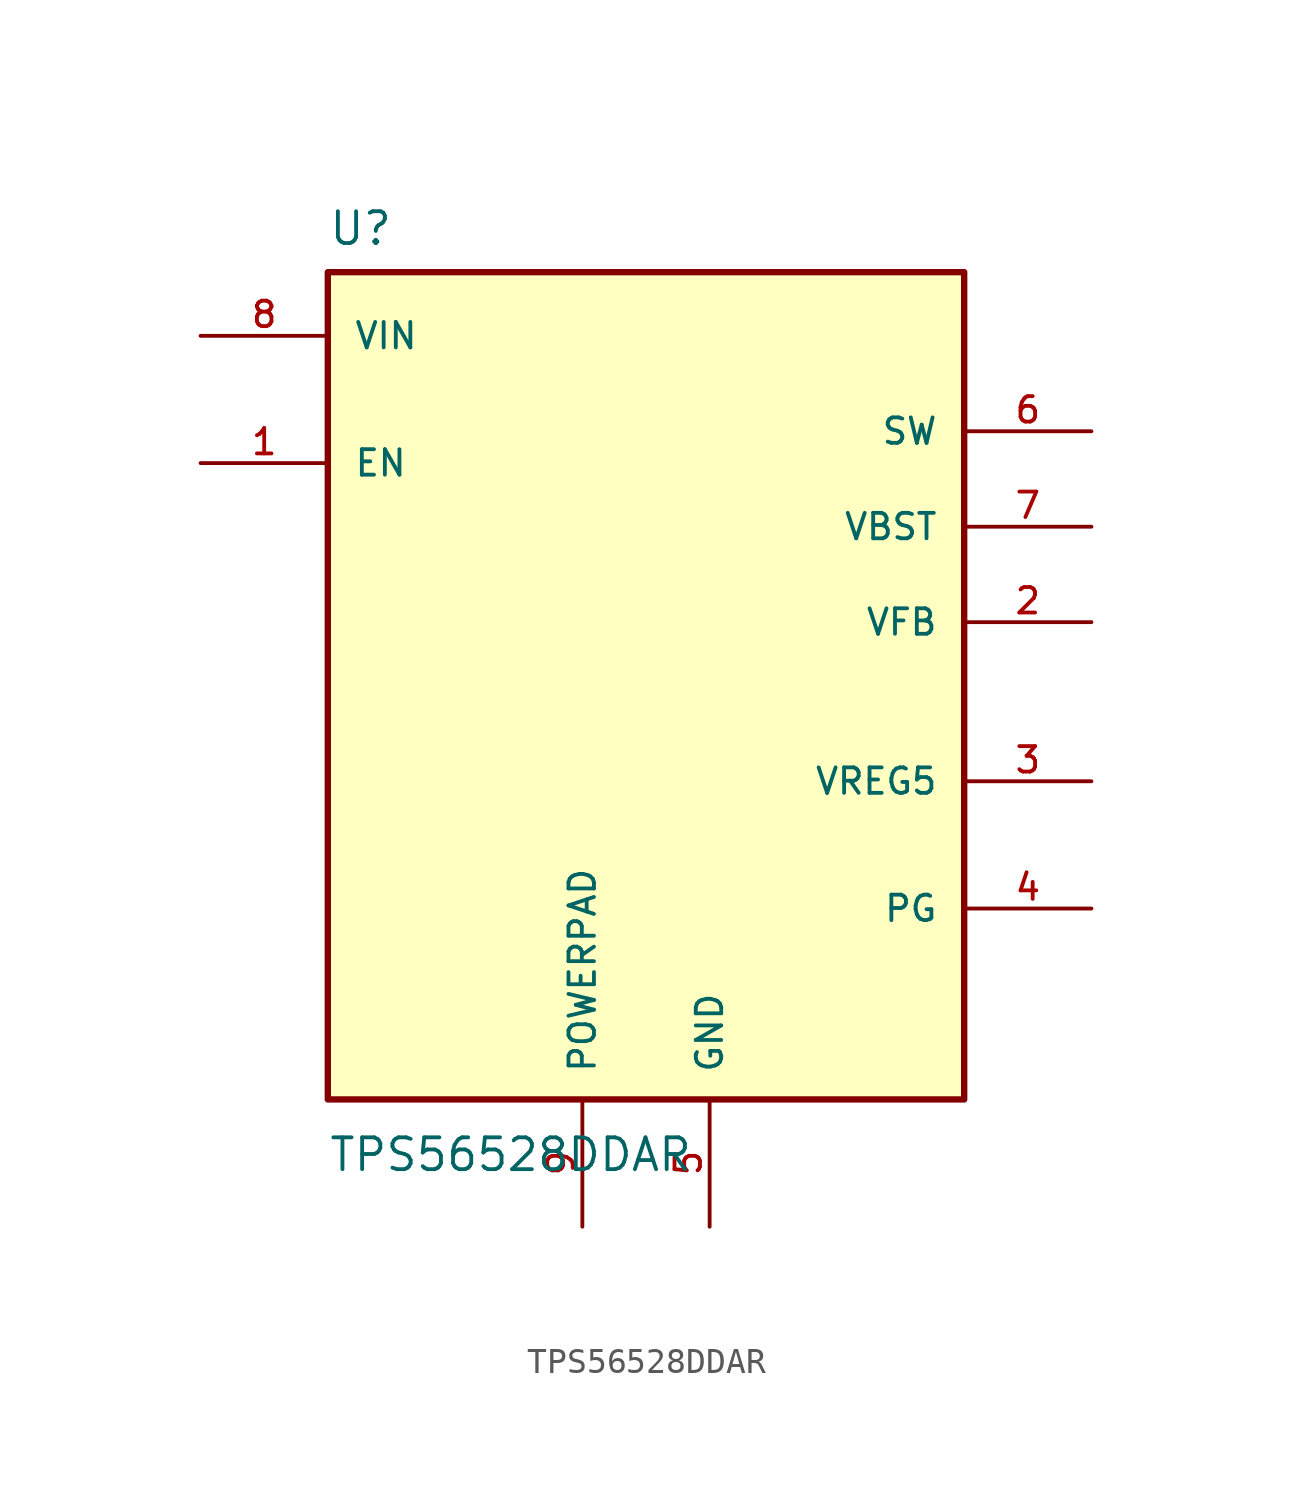
<source format=kicad_sym>
(kicad_symbol_lib
  (version 20220914)
  (generator kicad_symbol_editor)
  (symbol "TPS56528DDAR"
    (pin_names
      (offset 1.016))
    (property "Reference" "U"
      (at -12.7 18.78 0)
      (effects (font (size 1.27 1.27)) (justify left bottom)))
    (property "Value" "TPS56528DDAR"
      (at -12.7 -16.7 0)
      (effects (font (size 1.27 1.27)) (justify left top)))
    (symbol "TPS56528DDAR_0_0"
      (rectangle (start -12.7 -15.24) (end 12.7 17.78) (stroke (width 0.254) (type default)) (fill (type background)))
      (pin input line (at -17.78 10.16 0) (length 5.08) (name "EN" (effects (font (size 1.016 1.016)))) (number "1" (effects (font (size 1.016 1.016)))))
      (pin input line (at 17.78 3.81 180) (length 5.08) (name "VFB" (effects (font (size 1.016 1.016)))) (number "2" (effects (font (size 1.016 1.016)))))
      (pin output line (at 17.78 -2.54 180) (length 5.08) (name "VREG5" (effects (font (size 1.016 1.016)))) (number "3" (effects (font (size 1.016 1.016)))))
      (pin output line (at 17.78 -7.62 180) (length 5.08) (name "PG" (effects (font (size 1.016 1.016)))) (number "4" (effects (font (size 1.016 1.016)))))
      (pin power_in line (at 2.54 -20.32 90) (length 5.08) (name "GND" (effects (font (size 1.016 1.016)))) (number "5" (effects (font (size 1.016 1.016)))))
      (pin output line (at 17.78 11.43 180) (length 5.08) (name "SW" (effects (font (size 1.016 1.016)))) (number "6" (effects (font (size 1.016 1.016)))))
      (pin output line (at 17.78 7.62 180) (length 5.08) (name "VBST" (effects (font (size 1.016 1.016)))) (number "7" (effects (font (size 1.016 1.016)))))
      (pin power_in line (at -17.78 15.24 0) (length 5.08) (name "VIN" (effects (font (size 1.016 1.016)))) (number "8" (effects (font (size 1.016 1.016)))))
      (pin power_in line (at -2.54 -20.32 90) (length 5.08) (name "POWERPAD" (effects (font (size 1.016 1.016)))) (number "9" (effects (font (size 1.016 1.016))))))))
</source>
